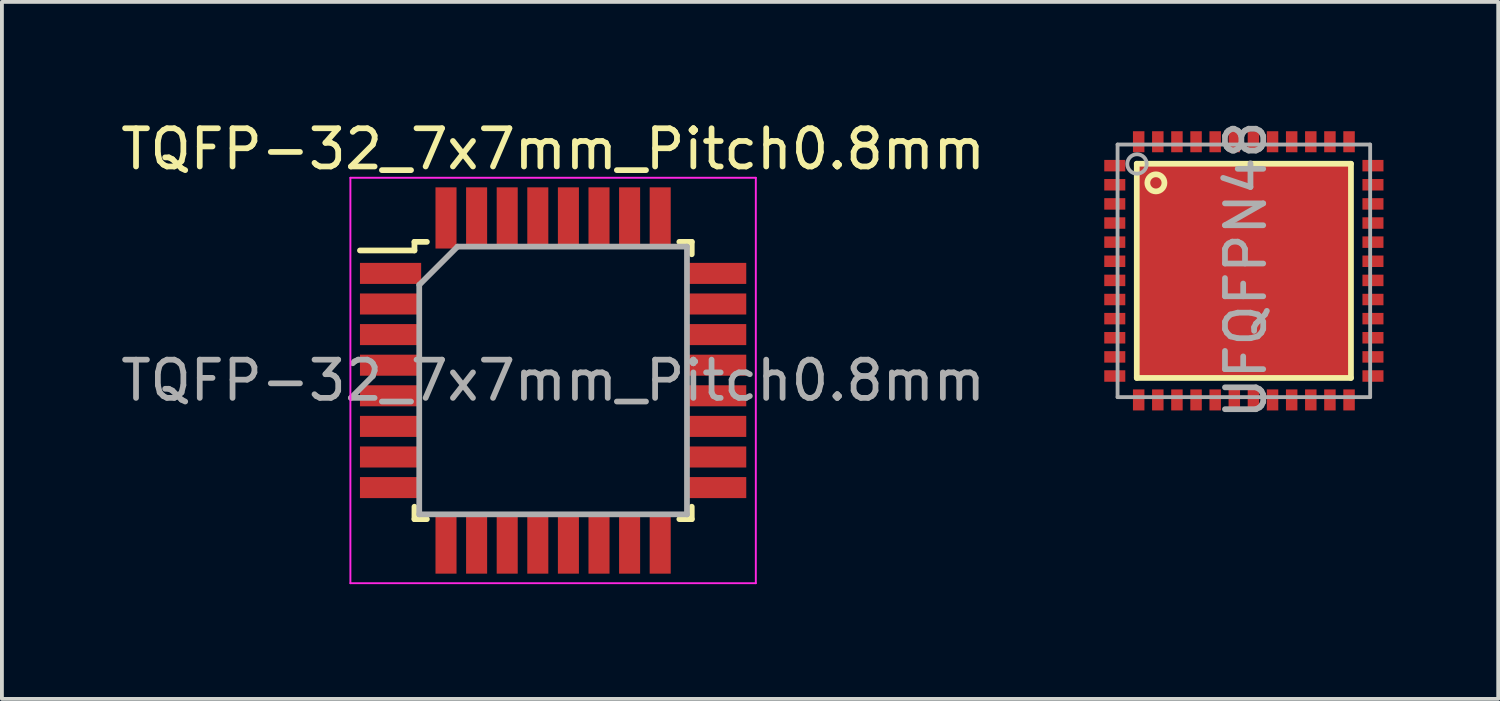
<source format=kicad_pcb>
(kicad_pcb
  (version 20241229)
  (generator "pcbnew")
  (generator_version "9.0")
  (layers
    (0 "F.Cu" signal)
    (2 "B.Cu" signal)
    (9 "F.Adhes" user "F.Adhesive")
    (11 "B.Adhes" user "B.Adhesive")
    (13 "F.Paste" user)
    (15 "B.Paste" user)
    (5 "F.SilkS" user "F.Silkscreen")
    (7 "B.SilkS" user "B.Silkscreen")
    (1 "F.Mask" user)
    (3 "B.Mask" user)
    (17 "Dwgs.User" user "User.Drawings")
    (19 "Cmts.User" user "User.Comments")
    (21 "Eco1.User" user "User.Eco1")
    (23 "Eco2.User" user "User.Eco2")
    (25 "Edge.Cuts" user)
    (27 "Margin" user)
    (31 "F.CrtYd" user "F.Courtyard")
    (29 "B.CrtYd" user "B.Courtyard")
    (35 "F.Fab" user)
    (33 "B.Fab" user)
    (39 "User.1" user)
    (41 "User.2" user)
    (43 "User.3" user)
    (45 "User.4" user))
  (footprint "UFQFPN48"
    (layer "F.Cu")
    (at 29.471 4.031)
    (property "Reference" "UFQFPN48" (at 0.051 -0.025 270) (layer "F.Fab") (effects (font (size 1 1) (thickness 0.15))))
    (attr through_hole)
    (fp_line (start -2.8 -2.8) (end 2.8 -2.8) (stroke (width 0.15) (type solid)) (layer "F.SilkS"))
    (fp_line (start -2.8 2.8) (end -2.8 -2.8) (stroke (width 0.15) (type solid)) (layer "F.SilkS"))
    (fp_line (start 2.8 -2.8) (end 2.8 2.8) (stroke (width 0.15) (type solid)) (layer "F.SilkS"))
    (fp_line (start 2.8 2.8) (end -2.8 2.8) (stroke (width 0.15) (type solid)) (layer "F.SilkS"))
    (fp_circle (center -2.3 -2.3) (end -2.1 -2.2) (stroke (width 0.15) (type solid)) (fill no) (layer "F.SilkS"))
    (fp_line (start -3.302 -3.302) (end 3.302 -3.302) (stroke (width 0.1) (type solid)) (layer "F.Fab"))
    (fp_line (start -3.302 3.302) (end -3.302 -3.302) (stroke (width 0.1) (type solid)) (layer "F.Fab"))
    (fp_line (start 3.302 -3.302) (end 3.302 3.302) (stroke (width 0.1) (type solid)) (layer "F.Fab"))
    (fp_line (start 3.302 3.302) (end -3.302 3.302) (stroke (width 0.1) (type solid)) (layer "F.Fab"))
    (fp_circle (center -2.794 -2.794) (end -2.54 -2.794) (stroke (width 0.1) (type solid)) (fill no) (layer "F.Fab"))
    (pad "0" smd rect (at 0 0) (size 5.6 5.6) (layers "F.Cu" "F.Mask" "F.Paste"))
    (pad "1" smd rect (at -3.375 -2.75) (size 0.55 0.3) (layers "F.Cu" "F.Mask" "F.Paste"))
    (pad "2" smd rect (at -3.375 -2.25) (size 0.55 0.3) (layers "F.Cu" "F.Mask" "F.Paste"))
    (pad "3" smd rect (at -3.375 -1.75) (size 0.55 0.3) (layers "F.Cu" "F.Mask" "F.Paste"))
    (pad "4" smd rect (at -3.375 -1.25) (size 0.55 0.3) (layers "F.Cu" "F.Mask" "F.Paste"))
    (pad "5" smd rect (at -3.375 -0.75) (size 0.55 0.3) (layers "F.Cu" "F.Mask" "F.Paste"))
    (pad "6" smd rect (at -3.375 -0.25) (size 0.55 0.3) (layers "F.Cu" "F.Mask" "F.Paste"))
    (pad "7" smd rect (at -3.375 0.25) (size 0.55 0.3) (layers "F.Cu" "F.Mask" "F.Paste"))
    (pad "8" smd rect (at -3.375 0.75) (size 0.55 0.3) (layers "F.Cu" "F.Mask" "F.Paste"))
    (pad "9" smd rect (at -3.375 1.25) (size 0.55 0.3) (layers "F.Cu" "F.Mask" "F.Paste"))
    (pad "10" smd rect (at -3.375 1.75) (size 0.55 0.3) (layers "F.Cu" "F.Mask" "F.Paste"))
    (pad "11" smd rect (at -3.375 2.25) (size 0.55 0.3) (layers "F.Cu" "F.Mask" "F.Paste"))
    (pad "12" smd rect (at -3.375 2.75) (size 0.55 0.3) (layers "F.Cu" "F.Mask" "F.Paste"))
    (pad "13" smd rect (at -2.75 3.375 90) (size 0.55 0.3) (layers "F.Cu" "F.Mask" "F.Paste"))
    (pad "14" smd rect (at -2.25 3.375 90) (size 0.55 0.3) (layers "F.Cu" "F.Mask" "F.Paste"))
    (pad "15" smd rect (at -1.75 3.375 90) (size 0.55 0.3) (layers "F.Cu" "F.Mask" "F.Paste"))
    (pad "16" smd rect (at -1.25 3.375 90) (size 0.55 0.3) (layers "F.Cu" "F.Mask" "F.Paste"))
    (pad "17" smd rect (at -0.75 3.375 90) (size 0.55 0.3) (layers "F.Cu" "F.Mask" "F.Paste"))
    (pad "18" smd rect (at -0.25 3.375 90) (size 0.55 0.3) (layers "F.Cu" "F.Mask" "F.Paste"))
    (pad "19" smd rect (at 0.25 3.375 90) (size 0.55 0.3) (layers "F.Cu" "F.Mask" "F.Paste"))
    (pad "20" smd rect (at 0.75 3.375 90) (size 0.55 0.3) (layers "F.Cu" "F.Mask" "F.Paste"))
    (pad "21" smd rect (at 1.25 3.375 90) (size 0.55 0.3) (layers "F.Cu" "F.Mask" "F.Paste"))
    (pad "22" smd rect (at 1.75 3.375 90) (size 0.55 0.3) (layers "F.Cu" "F.Mask" "F.Paste"))
    (pad "23" smd rect (at 2.25 3.375 90) (size 0.55 0.3) (layers "F.Cu" "F.Mask" "F.Paste"))
    (pad "24" smd rect (at 2.75 3.375 90) (size 0.55 0.3) (layers "F.Cu" "F.Mask" "F.Paste"))
    (pad "25" smd rect (at 3.375 2.75) (size 0.55 0.3) (layers "F.Cu" "F.Mask" "F.Paste"))
    (pad "26" smd rect (at 3.375 2.25) (size 0.55 0.3) (layers "F.Cu" "F.Mask" "F.Paste"))
    (pad "27" smd rect (at 3.375 1.75) (size 0.55 0.3) (layers "F.Cu" "F.Mask" "F.Paste"))
    (pad "28" smd rect (at 3.375 1.25) (size 0.55 0.3) (layers "F.Cu" "F.Mask" "F.Paste"))
    (pad "29" smd rect (at 3.375 0.75) (size 0.55 0.3) (layers "F.Cu" "F.Mask" "F.Paste"))
    (pad "30" smd rect (at 3.375 0.25) (size 0.55 0.3) (layers "F.Cu" "F.Mask" "F.Paste"))
    (pad "31" smd rect (at 3.375 -0.25) (size 0.55 0.3) (layers "F.Cu" "F.Mask" "F.Paste"))
    (pad "32" smd rect (at 3.375 -0.75) (size 0.55 0.3) (layers "F.Cu" "F.Mask" "F.Paste"))
    (pad "33" smd rect (at 3.375 -1.25) (size 0.55 0.3) (layers "F.Cu" "F.Mask" "F.Paste"))
    (pad "34" smd rect (at 3.375 -1.75) (size 0.55 0.3) (layers "F.Cu" "F.Mask" "F.Paste"))
    (pad "35" smd rect (at 3.375 -2.25) (size 0.55 0.3) (layers "F.Cu" "F.Mask" "F.Paste"))
    (pad "36" smd rect (at 3.375 -2.75) (size 0.55 0.3) (layers "F.Cu" "F.Mask" "F.Paste"))
    (pad "37" smd rect (at 2.75 -3.375 90) (size 0.55 0.3) (layers "F.Cu" "F.Mask" "F.Paste"))
    (pad "38" smd rect (at 2.25 -3.375 90) (size 0.55 0.3) (layers "F.Cu" "F.Mask" "F.Paste"))
    (pad "39" smd rect (at 1.75 -3.375 90) (size 0.55 0.3) (layers "F.Cu" "F.Mask" "F.Paste"))
    (pad "40" smd rect (at 1.25 -3.375 90) (size 0.55 0.3) (layers "F.Cu" "F.Mask" "F.Paste"))
    (pad "41" smd rect (at 0.75 -3.375 90) (size 0.55 0.3) (layers "F.Cu" "F.Mask" "F.Paste"))
    (pad "42" smd rect (at 0.25 -3.375 90) (size 0.55 0.3) (layers "F.Cu" "F.Mask" "F.Paste"))
    (pad "43" smd rect (at -0.25 -3.375 90) (size 0.55 0.3) (layers "F.Cu" "F.Mask" "F.Paste"))
    (pad "44" smd rect (at -0.75 -3.375 90) (size 0.55 0.3) (layers "F.Cu" "F.Mask" "F.Paste"))
    (pad "45" smd rect (at -1.25 -3.375 90) (size 0.55 0.3) (layers "F.Cu" "F.Mask" "F.Paste"))
    (pad "46" smd rect (at -1.75 -3.375 90) (size 0.55 0.3) (layers "F.Cu" "F.Mask" "F.Paste"))
    (pad "47" smd rect (at -2.25 -3.375 90) (size 0.55 0.3) (layers "F.Cu" "F.Mask" "F.Paste"))
    (pad "48" smd rect (at -2.75 -3.375 90) (size 0.55 0.3) (layers "F.Cu" "F.Mask" "F.Paste")))
  (footprint "TQFP-32_7x7mm_Pitch0.8mm"
    (layer "F.Cu")
    (at 11.411 6.898)
    (property "Reference" "TQFP-32_7x7mm_Pitch0.8mm" (at 0 -6.05 0) (layer "F.SilkS") (effects (font (size 1 1) (thickness 0.15))))
    (attr smd)
    (fp_line (start -3.625 -3.625) (end -3.625 -3.4) (stroke (width 0.15) (type solid)) (layer "F.SilkS"))
    (fp_line (start -3.625 -3.625) (end -3.3 -3.625) (stroke (width 0.15) (type solid)) (layer "F.SilkS"))
    (fp_line (start -3.625 -3.4) (end -5.05 -3.4) (stroke (width 0.15) (type solid)) (layer "F.SilkS"))
    (fp_line (start -3.625 3.625) (end -3.625 3.3) (stroke (width 0.15) (type solid)) (layer "F.SilkS"))
    (fp_line (start -3.625 3.625) (end -3.3 3.625) (stroke (width 0.15) (type solid)) (layer "F.SilkS"))
    (fp_line (start 3.625 -3.625) (end 3.3 -3.625) (stroke (width 0.15) (type solid)) (layer "F.SilkS"))
    (fp_line (start 3.625 -3.625) (end 3.625 -3.3) (stroke (width 0.15) (type solid)) (layer "F.SilkS"))
    (fp_line (start 3.625 3.625) (end 3.3 3.625) (stroke (width 0.15) (type solid)) (layer "F.SilkS"))
    (fp_line (start 3.625 3.625) (end 3.625 3.3) (stroke (width 0.15) (type solid)) (layer "F.SilkS"))
    (fp_line (start -5.3 -5.3) (end -5.3 5.3) (stroke (width 0.05) (type solid)) (layer "F.CrtYd"))
    (fp_line (start -5.3 -5.3) (end 5.3 -5.3) (stroke (width 0.05) (type solid)) (layer "F.CrtYd"))
    (fp_line (start -5.3 5.3) (end 5.3 5.3) (stroke (width 0.05) (type solid)) (layer "F.CrtYd"))
    (fp_line (start 5.3 -5.3) (end 5.3 5.3) (stroke (width 0.05) (type solid)) (layer "F.CrtYd"))
    (fp_line (start -3.5 -2.5) (end -2.5 -3.5) (stroke (width 0.15) (type solid)) (layer "F.Fab"))
    (fp_line (start -3.5 3.5) (end -3.5 -2.5) (stroke (width 0.15) (type solid)) (layer "F.Fab"))
    (fp_line (start -2.5 -3.5) (end 3.5 -3.5) (stroke (width 0.15) (type solid)) (layer "F.Fab"))
    (fp_line (start 3.5 -3.5) (end 3.5 3.5) (stroke (width 0.15) (type solid)) (layer "F.Fab"))
    (fp_line (start 3.5 3.5) (end -3.5 3.5) (stroke (width 0.15) (type solid)) (layer "F.Fab"))
    (fp_text user "${REFERENCE}" (at 0 0 0) (layer "F.Fab") (effects (font (size 1 1) (thickness 0.15))))
    (pad "1" smd rect (at -4.25 -2.8) (size 1.6 0.55) (layers "F.Cu" "F.Mask" "F.Paste"))
    (pad "2" smd rect (at -4.25 -2) (size 1.6 0.55) (layers "F.Cu" "F.Mask" "F.Paste"))
    (pad "3" smd rect (at -4.25 -1.2) (size 1.6 0.55) (layers "F.Cu" "F.Mask" "F.Paste"))
    (pad "4" smd rect (at -4.25 -0.4) (size 1.6 0.55) (layers "F.Cu" "F.Mask" "F.Paste"))
    (pad "5" smd rect (at -4.25 0.4) (size 1.6 0.55) (layers "F.Cu" "F.Mask" "F.Paste"))
    (pad "6" smd rect (at -4.25 1.2) (size 1.6 0.55) (layers "F.Cu" "F.Mask" "F.Paste"))
    (pad "7" smd rect (at -4.25 2) (size 1.6 0.55) (layers "F.Cu" "F.Mask" "F.Paste"))
    (pad "8" smd rect (at -4.25 2.8) (size 1.6 0.55) (layers "F.Cu" "F.Mask" "F.Paste"))
    (pad "9" smd rect (at -2.8 4.25 90) (size 1.6 0.55) (layers "F.Cu" "F.Mask" "F.Paste"))
    (pad "10" smd rect (at -2 4.25 90) (size 1.6 0.55) (layers "F.Cu" "F.Mask" "F.Paste"))
    (pad "11" smd rect (at -1.2 4.25 90) (size 1.6 0.55) (layers "F.Cu" "F.Mask" "F.Paste"))
    (pad "12" smd rect (at -0.4 4.25 90) (size 1.6 0.55) (layers "F.Cu" "F.Mask" "F.Paste"))
    (pad "13" smd rect (at 0.4 4.25 90) (size 1.6 0.55) (layers "F.Cu" "F.Mask" "F.Paste"))
    (pad "14" smd rect (at 1.2 4.25 90) (size 1.6 0.55) (layers "F.Cu" "F.Mask" "F.Paste"))
    (pad "15" smd rect (at 2 4.25 90) (size 1.6 0.55) (layers "F.Cu" "F.Mask" "F.Paste"))
    (pad "16" smd rect (at 2.8 4.25 90) (size 1.6 0.55) (layers "F.Cu" "F.Mask" "F.Paste"))
    (pad "17" smd rect (at 4.25 2.8) (size 1.6 0.55) (layers "F.Cu" "F.Mask" "F.Paste"))
    (pad "18" smd rect (at 4.25 2) (size 1.6 0.55) (layers "F.Cu" "F.Mask" "F.Paste"))
    (pad "19" smd rect (at 4.25 1.2) (size 1.6 0.55) (layers "F.Cu" "F.Mask" "F.Paste"))
    (pad "20" smd rect (at 4.25 0.4) (size 1.6 0.55) (layers "F.Cu" "F.Mask" "F.Paste"))
    (pad "21" smd rect (at 4.25 -0.4) (size 1.6 0.55) (layers "F.Cu" "F.Mask" "F.Paste"))
    (pad "22" smd rect (at 4.25 -1.2) (size 1.6 0.55) (layers "F.Cu" "F.Mask" "F.Paste"))
    (pad "23" smd rect (at 4.25 -2) (size 1.6 0.55) (layers "F.Cu" "F.Mask" "F.Paste"))
    (pad "24" smd rect (at 4.25 -2.8) (size 1.6 0.55) (layers "F.Cu" "F.Mask" "F.Paste"))
    (pad "25" smd rect (at 2.8 -4.25 90) (size 1.6 0.55) (layers "F.Cu" "F.Mask" "F.Paste"))
    (pad "26" smd rect (at 2 -4.25 90) (size 1.6 0.55) (layers "F.Cu" "F.Mask" "F.Paste"))
    (pad "27" smd rect (at 1.2 -4.25 90) (size 1.6 0.55) (layers "F.Cu" "F.Mask" "F.Paste"))
    (pad "28" smd rect (at 0.4 -4.25 90) (size 1.6 0.55) (layers "F.Cu" "F.Mask" "F.Paste"))
    (pad "29" smd rect (at -0.4 -4.25 90) (size 1.6 0.55) (layers "F.Cu" "F.Mask" "F.Paste"))
    (pad "30" smd rect (at -1.2 -4.25 90) (size 1.6 0.55) (layers "F.Cu" "F.Mask" "F.Paste"))
    (pad "31" smd rect (at -2 -4.25 90) (size 1.6 0.55) (layers "F.Cu" "F.Mask" "F.Paste"))
    (pad "32" smd rect (at -2.8 -4.25 90) (size 1.6 0.55) (layers "F.Cu" "F.Mask" "F.Paste")))
  (gr_rect
    (start -3 -3)
    (end 36.121 15.223)
    (stroke (width 0.1) (type default))
    (fill no)
    (layer "Edge.Cuts")))
</source>
